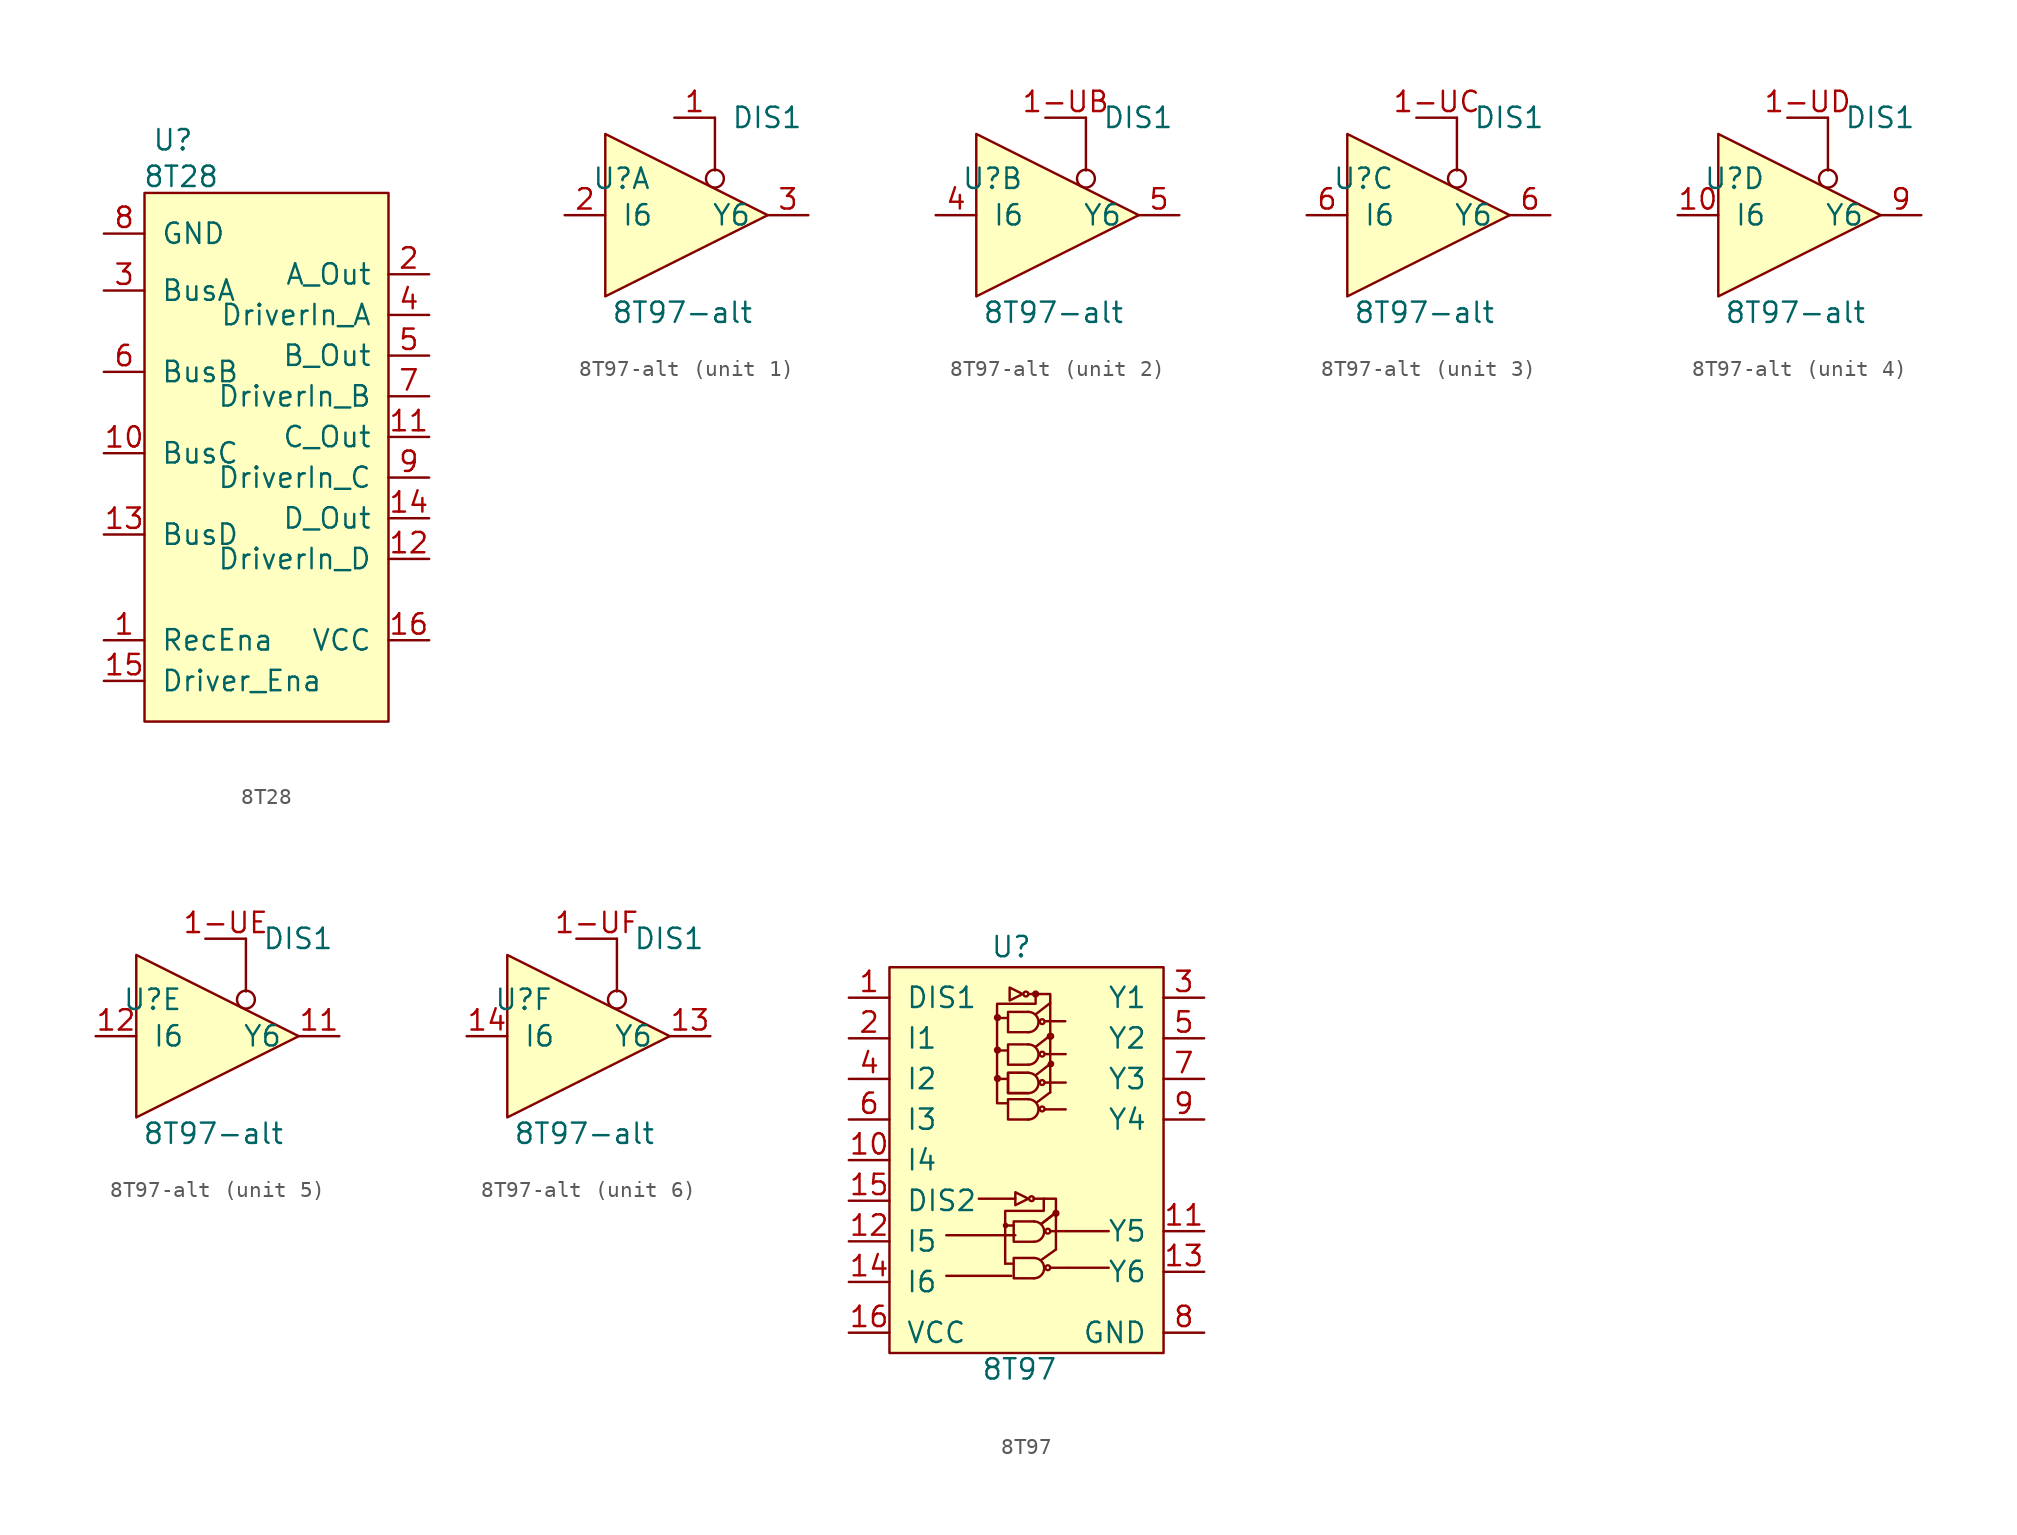
<source format=kicad_sym>
(kicad_symbol_lib
  (version 20220914)
  (generator kicad_symbol_editor)
  (symbol "8T28"
    (pin_names
      (offset 1.016))
    (property "Reference" "U"
      (at -5.842 18.542 0)
      (effects (font (size 1.27 1.27))))
    (property "Value" "8T28"
      (at -5.334 16.256 0)
      (effects (font (size 1.27 1.27))))
    (symbol "8T28_0_1"
      (rectangle (start -7.62 15.24) (end 7.62 -17.78) (stroke (width 0) (type solid)) (fill (type background))))
    (symbol "8T28_1_1"
      (pin input line (at -10.16 -12.7 0) (length 2.54) (name "RecEna" (effects (font (size 1.27 1.27)))) (number "1" (effects (font (size 1.27 1.27)))))
      (pin bidirectional line (at -10.16 -1.016 0) (length 2.54) (name "BusC" (effects (font (size 1.27 1.27)))) (number "10" (effects (font (size 1.27 1.27)))))
      (pin output line (at 10.16 0 180) (length 2.54) (name "C_Out" (effects (font (size 1.27 1.27)))) (number "11" (effects (font (size 1.27 1.27)))))
      (pin input line (at 10.16 -7.62 180) (length 2.54) (name "DriverIn_D" (effects (font (size 1.27 1.27)))) (number "12" (effects (font (size 1.27 1.27)))))
      (pin bidirectional line (at -10.16 -6.096 0) (length 2.54) (name "BusD" (effects (font (size 1.27 1.27)))) (number "13" (effects (font (size 1.27 1.27)))))
      (pin output line (at 10.16 -5.08 180) (length 2.54) (name "D_Out" (effects (font (size 1.27 1.27)))) (number "14" (effects (font (size 1.27 1.27)))))
      (pin input line (at -10.16 -15.24 0) (length 2.54) (name "Driver_Ena" (effects (font (size 1.27 1.27)))) (number "15" (effects (font (size 1.27 1.27)))))
      (pin power_in line (at 10.16 -12.7 180) (length 2.54) (name "VCC" (effects (font (size 1.27 1.27)))) (number "16" (effects (font (size 1.27 1.27)))))
      (pin output line (at 10.16 10.16 180) (length 2.54) (name "A_Out" (effects (font (size 1.27 1.27)))) (number "2" (effects (font (size 1.27 1.27)))))
      (pin bidirectional line (at -10.16 9.144 0) (length 2.54) (name "BusA" (effects (font (size 1.27 1.27)))) (number "3" (effects (font (size 1.27 1.27)))))
      (pin input line (at 10.16 7.62 180) (length 2.54) (name "DriverIn_A" (effects (font (size 1.27 1.27)))) (number "4" (effects (font (size 1.27 1.27)))))
      (pin output line (at 10.16 5.08 180) (length 2.54) (name "B_Out" (effects (font (size 1.27 1.27)))) (number "5" (effects (font (size 1.27 1.27)))))
      (pin bidirectional line (at -10.16 4.064 0) (length 2.54) (name "BusB" (effects (font (size 1.27 1.27)))) (number "6" (effects (font (size 1.27 1.27)))))
      (pin input line (at 10.16 2.54 180) (length 2.54) (name "DriverIn_B" (effects (font (size 1.27 1.27)))) (number "7" (effects (font (size 1.27 1.27)))))
      (pin power_in line (at -10.16 12.7 0) (length 2.54) (name "GND" (effects (font (size 1.27 1.27)))) (number "8" (effects (font (size 1.27 1.27)))))
      (pin input line (at 10.16 -2.54 180) (length 2.54) (name "DriverIn_C" (effects (font (size 1.27 1.27)))) (number "9" (effects (font (size 1.27 1.27)))))))
  (symbol "8T97-alt"
    (pin_names
      (offset 1.016))
    (property "Reference" "U"
      (at -4.064 2.286 0)
      (effects (font (size 1.27 1.27))))
    (property "Value" "8T97-alt"
      (at -0.254 -6.096 0)
      (effects (font (size 1.27 1.27))))
    (symbol "8T97-alt_0_1"
      (polyline (pts (xy 1.778 2.794) (xy 1.778 6.096)) (stroke (width 0) (type solid)) (fill (type none)))
      (polyline (pts (xy 5.08 0) (xy -5.08 5.08) (xy -5.08 -5.08) (xy 5.08 0)) (stroke (width 0) (type solid)) (fill (type background)))
      (circle (center 1.778 2.286) (radius 0.559) (stroke (width 0) (type solid)) (fill (type none))))
    (symbol "8T97-alt_1_1"
      (pin input line (at -0.762 6.096 0) (length 2.54) (name "DIS1" (effects (font (size 1.27 1.27)))) (number "1" (effects (font (size 1.27 1.27)))))
      (pin input line (at -7.62 0 0) (length 2.54) (name "I6" (effects (font (size 1.27 1.27)))) (number "2" (effects (font (size 1.27 1.27)))))
      (pin output line (at 7.62 0 180) (length 2.54) (name "Y6" (effects (font (size 1.27 1.27)))) (number "3" (effects (font (size 1.27 1.27))))))
    (symbol "8T97-alt_2_1"
      (pin input line (at -0.762 6.096 0) (length 2.54) (name "DIS1" (effects (font (size 1.27 1.27)))) (number "1-UB" (effects (font (size 1.27 1.27)))))
      (pin input line (at -7.62 0 0) (length 2.54) (name "I6" (effects (font (size 1.27 1.27)))) (number "4" (effects (font (size 1.27 1.27)))))
      (pin output line (at 7.62 0 180) (length 2.54) (name "Y6" (effects (font (size 1.27 1.27)))) (number "5" (effects (font (size 1.27 1.27))))))
    (symbol "8T97-alt_3_1"
      (pin input line (at -0.762 6.096 0) (length 2.54) (name "DIS1" (effects (font (size 1.27 1.27)))) (number "1-UC" (effects (font (size 1.27 1.27)))))
      (pin input line (at -7.62 0 0) (length 2.54) (name "I6" (effects (font (size 1.27 1.27)))) (number "6" (effects (font (size 1.27 1.27)))))
      (pin output line (at 7.62 0 180) (length 2.54) (name "Y6" (effects (font (size 1.27 1.27)))) (number "6" (effects (font (size 1.27 1.27))))))
    (symbol "8T97-alt_4_1"
      (pin input line (at -0.762 6.096 0) (length 2.54) (name "DIS1" (effects (font (size 1.27 1.27)))) (number "1-UD" (effects (font (size 1.27 1.27)))))
      (pin input line (at -7.62 0 0) (length 2.54) (name "I6" (effects (font (size 1.27 1.27)))) (number "10" (effects (font (size 1.27 1.27)))))
      (pin output line (at 7.62 0 180) (length 2.54) (name "Y6" (effects (font (size 1.27 1.27)))) (number "9" (effects (font (size 1.27 1.27))))))
    (symbol "8T97-alt_5_1"
      (pin input line (at -0.762 6.096 0) (length 2.54) (name "DIS1" (effects (font (size 1.27 1.27)))) (number "1-UE" (effects (font (size 1.27 1.27)))))
      (pin output line (at 7.62 0 180) (length 2.54) (name "Y6" (effects (font (size 1.27 1.27)))) (number "11" (effects (font (size 1.27 1.27)))))
      (pin input line (at -7.62 0 0) (length 2.54) (name "I6" (effects (font (size 1.27 1.27)))) (number "12" (effects (font (size 1.27 1.27))))))
    (symbol "8T97-alt_6_1"
      (pin input line (at -0.762 6.096 0) (length 2.54) (name "DIS1" (effects (font (size 1.27 1.27)))) (number "1-UF" (effects (font (size 1.27 1.27)))))
      (pin output line (at 7.62 0 180) (length 2.54) (name "Y6" (effects (font (size 1.27 1.27)))) (number "13" (effects (font (size 1.27 1.27)))))
      (pin input line (at -7.62 0 0) (length 2.54) (name "I6" (effects (font (size 1.27 1.27)))) (number "14" (effects (font (size 1.27 1.27)))))))
  (symbol "8T97"
    (pin_names
      (offset 1.016))
    (property "Reference" "U"
      (at 0 10.16 0)
      (effects (font (size 1.27 1.27))))
    (property "Value" "8T97"
      (at 0.508 -16.256 0)
      (effects (font (size 1.27 1.27))))
    (symbol "8T97_0_1"
      (rectangle (start -7.62 8.89) (end 9.525 -15.24) (stroke (width 0) (type solid)) (fill (type background)))
      (circle (center -0.356 -7.264) (radius 0.102) (stroke (width 0) (type solid)) (fill (type none)))
      (polyline (pts (xy -0.254 1.905) (xy -0.889 1.905)) (stroke (width 0) (type solid)) (fill (type none)))
      (polyline (pts (xy -0.254 3.683) (xy -0.889 3.683)) (stroke (width 0) (type solid)) (fill (type none)))
      (polyline (pts (xy -0.254 5.715) (xy -0.889 5.715)) (stroke (width 0) (type solid)) (fill (type none)))
      (polyline (pts (xy 0 -10.414) (xy -4.064 -10.414)) (stroke (width 0) (type solid)) (fill (type none)))
      (polyline (pts (xy 0.127 -9.652) (xy -0.381 -9.652)) (stroke (width 0) (type solid)) (fill (type none)))
      (polyline (pts (xy 0.254 -7.874) (xy -4.064 -7.874)) (stroke (width 0) (type solid)) (fill (type none)))
      (polyline (pts (xy 0.254 -5.588) (xy -2.032 -5.588)) (stroke (width 0) (type solid)) (fill (type none)))
      (polyline (pts (xy 1.524 3.912) (xy 2.438 4.623)) (stroke (width 0) (type solid)) (fill (type none)))
      (polyline (pts (xy 2.108 5.512) (xy 3.378 5.512)) (stroke (width 0) (type solid)) (fill (type none)))
      (polyline (pts (xy 2.134 3.454) (xy 3.404 3.454)) (stroke (width 0) (type solid)) (fill (type none)))
      (polyline (pts (xy 2.794 -8.763) (xy 1.905 -9.398)) (stroke (width 0) (type solid)) (fill (type none)))
      (polyline (pts (xy 3.556 -9.906) (xy 6.096 -9.906)) (stroke (width 0) (type solid)) (fill (type none)))
      (polyline (pts (xy 3.556 -7.62) (xy 6.096 -7.62)) (stroke (width 0) (type solid)) (fill (type none)))
      (polyline (pts (xy 1.397 -5.588) (xy 2.794 -5.588) (xy 2.794 -8.763)) (stroke (width 0) (type solid)) (fill (type none)))
      (polyline (pts (xy 1.067 -5.588) (xy 0.254 -5.182) (xy 0.254 -5.994) (xy 1.067 -5.588)) (stroke (width 0) (type solid)) (fill (type none)))
      (polyline (pts (xy 1.067 4.064) (xy -0.203 4.064) (xy -0.203 2.794) (xy 1.067 2.794)) (stroke (width 0) (type solid)) (fill (type none)))
      (polyline (pts (xy 2.032 -5.588) (xy 2.032 -6.35) (xy -0.381 -6.35) (xy -0.381 -9.652)) (stroke (width 0) (type solid)) (fill (type none)))
      (polyline (pts (xy 1.524 7.239) (xy 1.524 6.604) (xy -0.889 6.604) (xy -0.889 0.381) (xy -0.254 0.381)) (stroke (width 0) (type solid)) (fill (type none)))
      (arc (start 1.0668 2.794) (mid 1.6991 3.429) (end 1.0668 4.064) (stroke (width 0) (type solid)) (fill (type none)))
      (circle (center 1.27 -5.588) (radius 0.152) (stroke (width 0) (type solid)) (fill (type none)))
      (circle (center 1.524 7.214) (radius 0.076) (stroke (width 0) (type solid)) (fill (type none)))
      (circle (center 1.93 3.454) (radius 0.152) (stroke (width 0) (type solid)) (fill (type none)))
      (circle (center 2.438 2.794) (radius 0.102) (stroke (width 0) (type solid)) (fill (type none)))
      (circle (center 2.438 4.572) (radius 0.152) (stroke (width 0) (type solid)) (fill (type none)))
      (circle (center 2.794 -6.502) (radius 0.152) (stroke (width 0) (type solid)) (fill (type none))))
    (symbol "8T97_1_1"
      (circle (center -0.864 1.93) (radius 0.152) (stroke (width 0) (type solid)) (fill (type none)))
      (circle (center -0.864 3.708) (radius 0.152) (stroke (width 0) (type solid)) (fill (type none)))
      (circle (center -0.864 5.74) (radius 0.152) (stroke (width 0) (type solid)) (fill (type none)))
      (polyline (pts (xy 0.152 -7.264) (xy -0.356 -7.264)) (stroke (width 0) (type solid)) (fill (type none)))
      (polyline (pts (xy 1.524 2.134) (xy 2.438 2.845)) (stroke (width 0) (type solid)) (fill (type none)))
      (polyline (pts (xy 1.524 5.944) (xy 2.438 6.655)) (stroke (width 0) (type solid)) (fill (type none)))
      (polyline (pts (xy 1.626 0.457) (xy 2.438 1.067)) (stroke (width 0) (type solid)) (fill (type none)))
      (polyline (pts (xy 1.88 -7.163) (xy 2.794 -6.452)) (stroke (width 0) (type solid)) (fill (type none)))
      (polyline (pts (xy 1.88 -7.163) (xy 2.794 -6.452)) (stroke (width 0) (type solid)) (fill (type none)))
      (polyline (pts (xy 2.108 0) (xy 3.404 0)) (stroke (width 0) (type solid)) (fill (type none)))
      (polyline (pts (xy 2.134 1.676) (xy 3.404 1.676)) (stroke (width 0) (type solid)) (fill (type none)))
      (polyline (pts (xy 2.489 -9.906) (xy 3.505 -9.906)) (stroke (width 0) (type solid)) (fill (type none)))
      (polyline (pts (xy 2.489 -7.62) (xy 3.505 -7.62)) (stroke (width 0) (type solid)) (fill (type none)))
      (polyline (pts (xy 0.711 7.214) (xy -0.102 7.62) (xy -0.102 6.807) (xy 0.711 7.214)) (stroke (width 0) (type solid)) (fill (type none)))
      (polyline (pts (xy 1.067 0.635) (xy -0.203 0.635) (xy -0.203 -0.635) (xy 1.067 -0.635)) (stroke (width 0) (type solid)) (fill (type none)))
      (polyline (pts (xy 1.067 2.286) (xy -0.203 2.286) (xy -0.203 1.016) (xy 1.067 1.016)) (stroke (width 0) (type solid)) (fill (type none)))
      (polyline (pts (xy 1.067 2.286) (xy -0.203 2.286) (xy -0.203 1.016) (xy 1.067 1.016)) (stroke (width 0) (type solid)) (fill (type none)))
      (polyline (pts (xy 1.067 6.096) (xy -0.203 6.096) (xy -0.203 4.826) (xy 1.067 4.826)) (stroke (width 0) (type solid)) (fill (type none)))
      (polyline (pts (xy 1.067 7.214) (xy 2.438 7.214) (xy 2.438 1.067) (xy 2.438 2.896)) (stroke (width 0) (type solid)) (fill (type none)))
      (polyline (pts (xy 1.422 -9.296) (xy 0.152 -9.296) (xy 0.152 -10.566) (xy 1.422 -10.566)) (stroke (width 0) (type solid)) (fill (type none)))
      (polyline (pts (xy 1.422 -7.01) (xy 0.152 -7.01) (xy 0.152 -8.28) (xy 1.422 -8.28)) (stroke (width 0) (type solid)) (fill (type none)))
      (circle (center 0.914 7.214) (radius 0.152) (stroke (width 0) (type solid)) (fill (type none)))
      (arc (start 1.0668 -0.635) (mid 1.6991 0) (end 1.0668 0.635) (stroke (width 0) (type solid)) (fill (type none)))
      (arc (start 1.0668 1.016) (mid 1.6991 1.651) (end 1.0668 2.286) (stroke (width 0) (type solid)) (fill (type none)))
      (arc (start 1.0668 4.826) (mid 1.6991 5.461) (end 1.0668 6.096) (stroke (width 0) (type solid)) (fill (type none)))
      (arc (start 1.4224 -10.5664) (mid 2.0547 -9.9314) (end 1.4224 -9.2964) (stroke (width 0) (type solid)) (fill (type none)))
      (arc (start 1.4224 -8.2804) (mid 2.0547 -7.6454) (end 1.4224 -7.0104) (stroke (width 0) (type solid)) (fill (type none)))
      (circle (center 1.93 0.025) (radius 0.152) (stroke (width 0) (type solid)) (fill (type none)))
      (circle (center 1.93 1.676) (radius 0.152) (stroke (width 0) (type solid)) (fill (type none)))
      (circle (center 1.93 5.486) (radius 0.152) (stroke (width 0) (type solid)) (fill (type none)))
      (circle (center 2.286 -9.906) (radius 0.152) (stroke (width 0) (type solid)) (fill (type none)))
      (circle (center 2.286 -7.62) (radius 0.152) (stroke (width 0) (type solid)) (fill (type none)))
      (circle (center 2.489 2.845) (radius 0.051) (stroke (width 0) (type solid)) (fill (type none)))
      (circle (center 2.489 4.572) (radius 0.051) (stroke (width 0) (type solid)) (fill (type none)))
      (pin input line (at -10.16 6.985 0) (length 2.54) (name "DIS1" (effects (font (size 1.27 1.27)))) (number "1" (effects (font (size 1.27 1.27)))))
      (pin input line (at -10.16 -3.175 0) (length 2.54) (name "I4" (effects (font (size 1.27 1.27)))) (number "10" (effects (font (size 1.27 1.27)))))
      (pin output line (at 12.065 -7.62 180) (length 2.54) (name "Y5" (effects (font (size 1.27 1.27)))) (number "11" (effects (font (size 1.27 1.27)))))
      (pin input line (at -10.16 -8.255 0) (length 2.54) (name "I5" (effects (font (size 1.27 1.27)))) (number "12" (effects (font (size 1.27 1.27)))))
      (pin output line (at 12.065 -10.16 180) (length 2.54) (name "Y6" (effects (font (size 1.27 1.27)))) (number "13" (effects (font (size 1.27 1.27)))))
      (pin input line (at -10.16 -10.795 0) (length 2.54) (name "I6" (effects (font (size 1.27 1.27)))) (number "14" (effects (font (size 1.27 1.27)))))
      (pin input line (at -10.16 -5.715 0) (length 2.54) (name "DIS2" (effects (font (size 1.27 1.27)))) (number "15" (effects (font (size 1.27 1.27)))))
      (pin power_in line (at -10.16 -13.97 0) (length 2.54) (name "VCC" (effects (font (size 1.27 1.27)))) (number "16" (effects (font (size 1.27 1.27)))))
      (pin input line (at -10.16 4.445 0) (length 2.54) (name "I1" (effects (font (size 1.27 1.27)))) (number "2" (effects (font (size 1.27 1.27)))))
      (pin output line (at 12.065 6.985 180) (length 2.54) (name "Y1" (effects (font (size 1.27 1.27)))) (number "3" (effects (font (size 1.27 1.27)))))
      (pin input line (at -10.16 1.905 0) (length 2.54) (name "I2" (effects (font (size 1.27 1.27)))) (number "4" (effects (font (size 1.27 1.27)))))
      (pin output line (at 12.065 4.445 180) (length 2.54) (name "Y2" (effects (font (size 1.27 1.27)))) (number "5" (effects (font (size 1.27 1.27)))))
      (pin input line (at -10.16 -0.635 0) (length 2.54) (name "I3" (effects (font (size 1.27 1.27)))) (number "6" (effects (font (size 1.27 1.27)))))
      (pin output line (at 12.065 1.905 180) (length 2.54) (name "Y3" (effects (font (size 1.27 1.27)))) (number "7" (effects (font (size 1.27 1.27)))))
      (pin power_in line (at 12.065 -13.97 180) (length 2.54) (name "GND" (effects (font (size 1.27 1.27)))) (number "8" (effects (font (size 1.27 1.27)))))
      (pin output line (at 12.065 -0.635 180) (length 2.54) (name "Y4" (effects (font (size 1.27 1.27)))) (number "9" (effects (font (size 1.27 1.27))))))))
</source>
